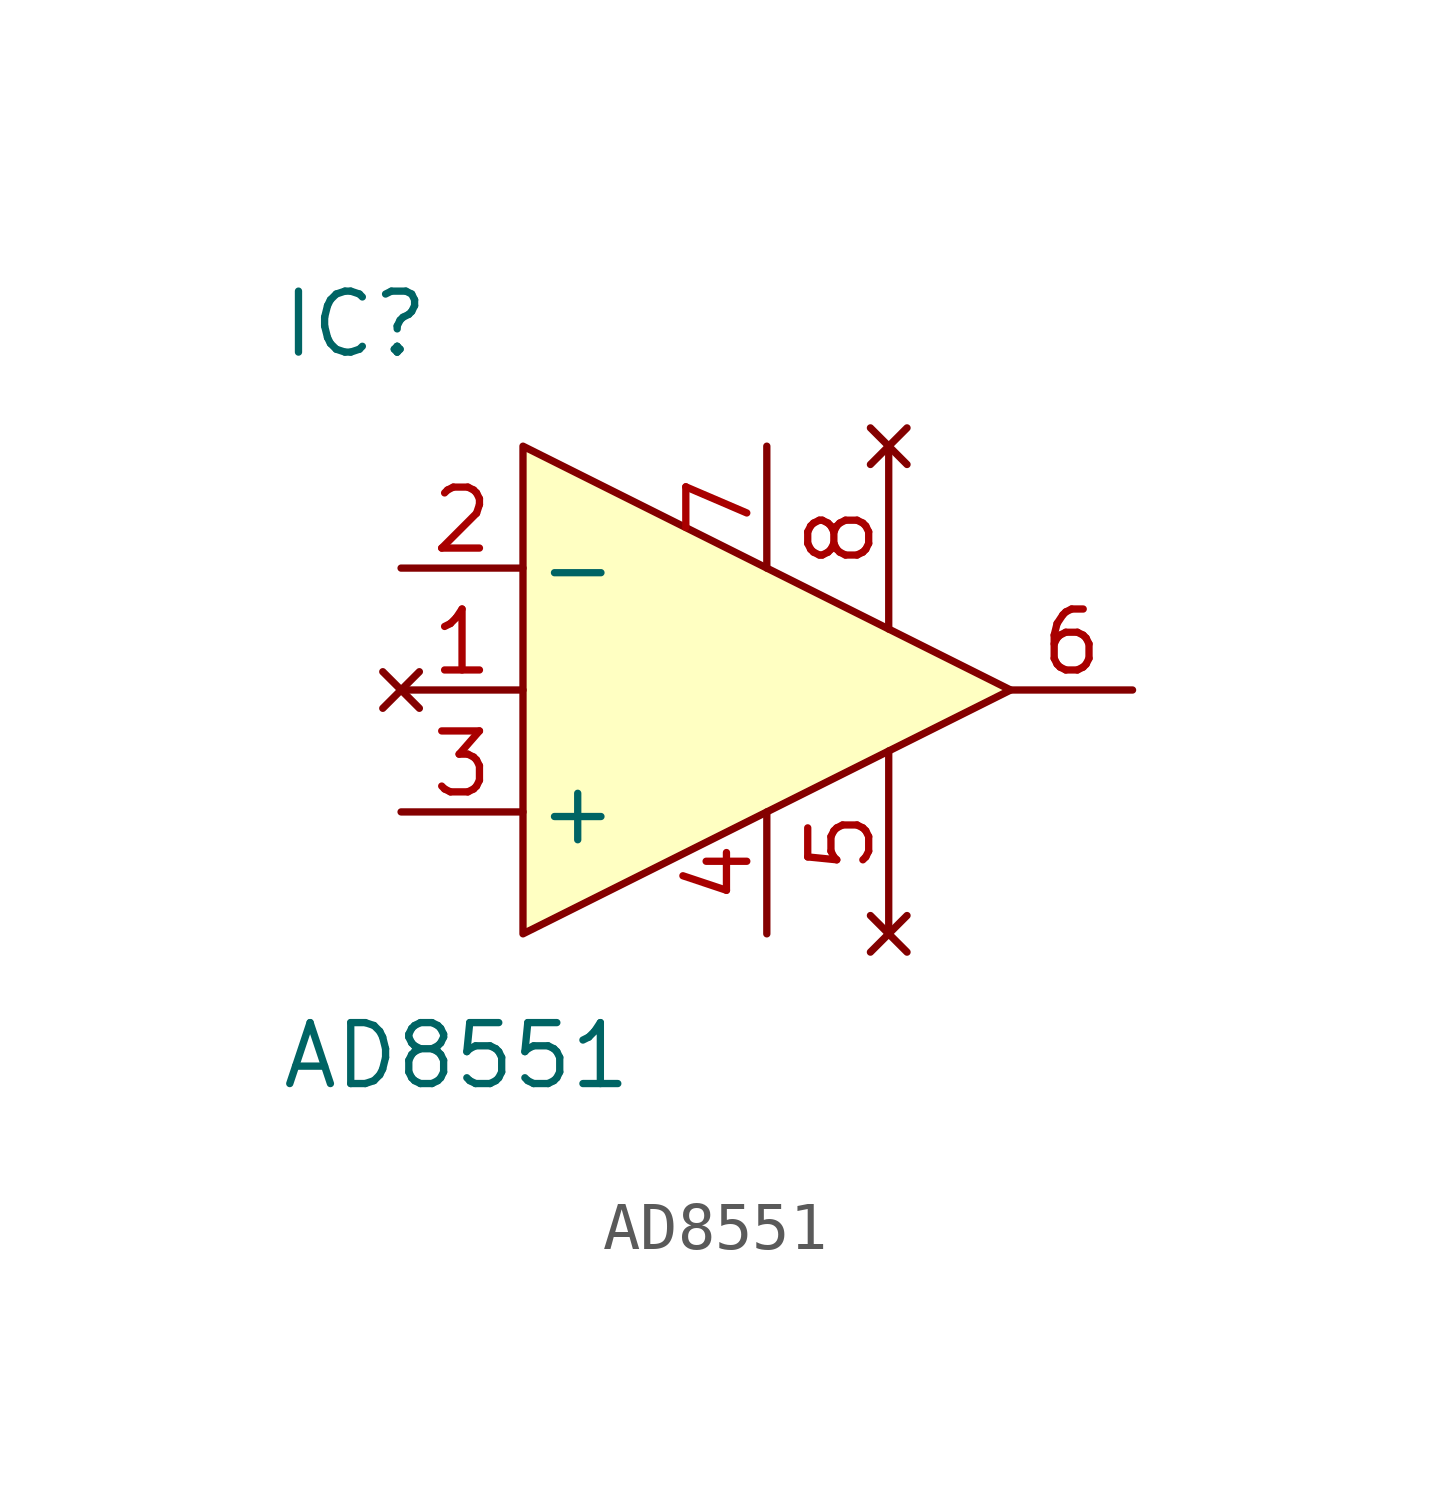
<source format=kicad_sym>
(kicad_symbol_lib
  (version 20211014)
  (generator kicad_symbol_editor)
  (symbol "AD8551"
    (pin_names
      (offset 0.254))
    (property "Reference" "IC"
      (at -7.62 7.62 0)
      (effects (font (size 1.27 1.27)) (justify left)))
    (property "Value" "AD8551"
      (at -7.62 -7.62 0)
      (effects (font (size 1.27 1.27)) (justify left)))
    (symbol "AD8551_0_0"
      (pin no_connect line (at -5.08 0 0) (length 2.54) (name "~" (effects (font (size 1.27 1.27)))) (number "1" (effects (font (size 1.27 1.27)))))
      (pin power_in line (at 2.54 -5.08 90) (length 2.54) (name "~" (effects (font (size 1.27 1.27)))) (number "4" (effects (font (size 1.27 1.27)))))
      (pin no_connect line (at 5.08 -5.08 90) (length 3.81) (name "~" (effects (font (size 1.27 1.27)))) (number "5" (effects (font (size 1.27 1.27)))))
      (pin power_in line (at 2.54 5.08 270) (length 2.54) (name "~" (effects (font (size 1.27 1.27)))) (number "7" (effects (font (size 1.27 1.27)))))
      (pin no_connect line (at 5.08 5.08 270) (length 3.81) (name "~" (effects (font (size 1.27 1.27)))) (number "8" (effects (font (size 1.27 1.27))))))
    (symbol "AD8551_0_1"
      (polyline (pts (xy -2.54 5.08) (xy -2.54 -5.08) (xy 7.62 0) (xy -2.54 5.08)) (stroke (width 0) (type default) (color 0 0 0 0)) (fill (type background))))
    (symbol "AD8551_1_0"
      (pin input line (at -5.08 2.54 0) (length 2.54) (name "-" (effects (font (size 1.27 1.27)))) (number "2" (effects (font (size 1.27 1.27)))))
      (pin input line (at -5.08 -2.54 0) (length 2.54) (name "+" (effects (font (size 1.27 1.27)))) (number "3" (effects (font (size 1.27 1.27)))))
      (pin output line (at 10.16 0 180) (length 2.54) (name "~" (effects (font (size 1.27 1.27)))) (number "6" (effects (font (size 1.27 1.27))))))))
</source>
